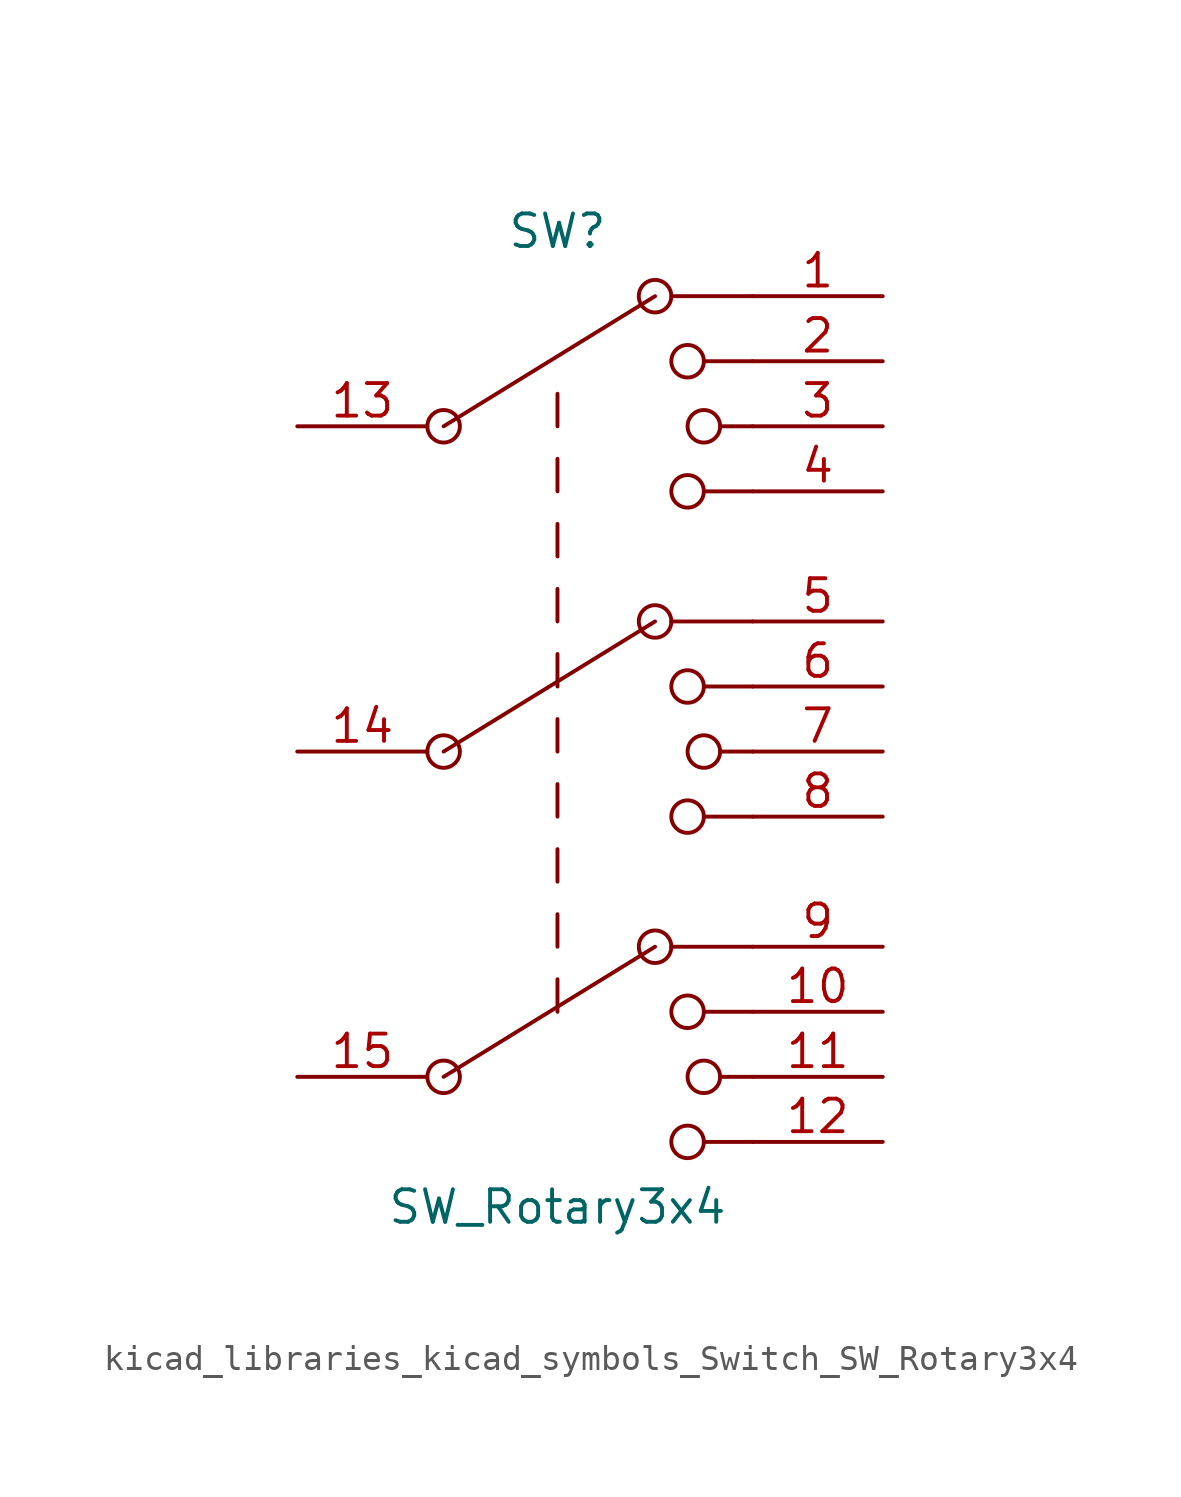
<source format=kicad_sym>
(kicad_symbol_lib
  (version 20220914)
  (generator kicad_symbol_editor)
  (symbol "kicad_libraries_kicad_symbols_Switch_SW_Rotary3x4"
    (pin_names
      (offset 1.016) hide)
    (property "Reference" "SW"
      (at 0 20.32 0)
      (effects (font (size 1.27 1.27))))
    (property "Value" "SW_Rotary3x4"
      (at 0 -17.78 0)
      (effects (font (size 1.27 1.27))))
    (symbol "kicad_libraries_kicad_symbols_Switch_SW_Rotary3x4_0_0"
      (circle (center -4.445 -12.7) (radius 0.635) (stroke (width 0) (type default)) (fill (type none)))
      (circle (center -4.445 0) (radius 0.635) (stroke (width 0) (type default)) (fill (type none)))
      (circle (center -4.445 12.7) (radius 0.635) (stroke (width 0) (type default)) (fill (type none)))
      (polyline (pts (xy -4.445 -12.7) (xy 3.81 -7.62)) (stroke (width 0) (type default)) (fill (type none)))
      (polyline (pts (xy -4.445 0) (xy 3.81 5.08)) (stroke (width 0) (type default)) (fill (type none)))
      (polyline (pts (xy -4.445 12.7) (xy 3.81 17.78)) (stroke (width 0) (type default)) (fill (type none)))
      (polyline (pts (xy 0 -10.16) (xy 0 -8.89)) (stroke (width 0) (type default)) (fill (type none)))
      (polyline (pts (xy 0 -7.62) (xy 0 -6.35)) (stroke (width 0) (type default)) (fill (type none)))
      (polyline (pts (xy 0 -5.08) (xy 0 -3.81)) (stroke (width 0) (type default)) (fill (type none)))
      (polyline (pts (xy 0 -2.54) (xy 0 -1.27)) (stroke (width 0) (type default)) (fill (type none)))
      (polyline (pts (xy 0 0) (xy 0 1.27)) (stroke (width 0) (type default)) (fill (type none)))
      (polyline (pts (xy 0 2.54) (xy 0 3.81)) (stroke (width 0) (type default)) (fill (type none)))
      (polyline (pts (xy 0 5.08) (xy 0 6.35)) (stroke (width 0) (type default)) (fill (type none)))
      (polyline (pts (xy 0 7.62) (xy 0 8.89)) (stroke (width 0) (type default)) (fill (type none)))
      (polyline (pts (xy 0 10.16) (xy 0 11.43)) (stroke (width 0) (type default)) (fill (type none)))
      (polyline (pts (xy 0 12.7) (xy 0 13.97)) (stroke (width 0) (type default)) (fill (type none)))
      (polyline (pts (xy 4.445 -7.62) (xy 7.62 -7.62)) (stroke (width 0) (type default)) (fill (type none)))
      (polyline (pts (xy 4.445 5.08) (xy 7.62 5.08)) (stroke (width 0) (type default)) (fill (type none)))
      (polyline (pts (xy 4.445 17.78) (xy 7.62 17.78)) (stroke (width 0) (type default)) (fill (type none)))
      (polyline (pts (xy 5.715 -15.24) (xy 7.62 -15.24)) (stroke (width 0) (type default)) (fill (type none)))
      (polyline (pts (xy 5.715 -10.16) (xy 7.62 -10.16)) (stroke (width 0) (type default)) (fill (type none)))
      (polyline (pts (xy 5.715 -2.54) (xy 7.62 -2.54)) (stroke (width 0) (type default)) (fill (type none)))
      (polyline (pts (xy 5.715 2.54) (xy 7.62 2.54)) (stroke (width 0) (type default)) (fill (type none)))
      (polyline (pts (xy 5.715 10.16) (xy 7.62 10.16)) (stroke (width 0) (type default)) (fill (type none)))
      (polyline (pts (xy 5.715 15.24) (xy 7.62 15.24)) (stroke (width 0) (type default)) (fill (type none)))
      (polyline (pts (xy 6.35 -12.7) (xy 7.62 -12.7)) (stroke (width 0) (type default)) (fill (type none)))
      (polyline (pts (xy 6.35 0) (xy 7.62 0)) (stroke (width 0) (type default)) (fill (type none)))
      (polyline (pts (xy 6.35 12.7) (xy 7.62 12.7)) (stroke (width 0) (type default)) (fill (type none)))
      (circle (center 3.81 -7.62) (radius 0.635) (stroke (width 0) (type default)) (fill (type none)))
      (circle (center 3.81 5.08) (radius 0.635) (stroke (width 0) (type default)) (fill (type none)))
      (circle (center 3.81 17.78) (radius 0.635) (stroke (width 0) (type default)) (fill (type none)))
      (circle (center 5.08 -15.24) (radius 0.635) (stroke (width 0) (type default)) (fill (type none)))
      (circle (center 5.08 -10.16) (radius 0.635) (stroke (width 0) (type default)) (fill (type none)))
      (circle (center 5.08 -2.54) (radius 0.635) (stroke (width 0) (type default)) (fill (type none)))
      (circle (center 5.08 2.54) (radius 0.635) (stroke (width 0) (type default)) (fill (type none)))
      (circle (center 5.08 10.16) (radius 0.635) (stroke (width 0) (type default)) (fill (type none)))
      (circle (center 5.08 15.24) (radius 0.635) (stroke (width 0) (type default)) (fill (type none)))
      (circle (center 5.715 -12.7) (radius 0.635) (stroke (width 0) (type default)) (fill (type none)))
      (circle (center 5.715 0) (radius 0.635) (stroke (width 0) (type default)) (fill (type none)))
      (circle (center 5.715 12.7) (radius 0.635) (stroke (width 0) (type default)) (fill (type none))))
    (symbol "kicad_libraries_kicad_symbols_Switch_SW_Rotary3x4_0_1"
      (pin passive line (at 12.7 17.78 180) (length 5.08) (name "1" (effects (font (size 1.27 1.27)))) (number "1" (effects (font (size 1.27 1.27)))))
      (pin passive line (at 12.7 -10.16 180) (length 5.08) (name "10" (effects (font (size 1.27 1.27)))) (number "10" (effects (font (size 1.27 1.27)))))
      (pin passive line (at 12.7 -12.7 180) (length 5.08) (name "11" (effects (font (size 1.27 1.27)))) (number "11" (effects (font (size 1.27 1.27)))))
      (pin passive line (at 12.7 -15.24 180) (length 5.08) (name "12" (effects (font (size 1.27 1.27)))) (number "12" (effects (font (size 1.27 1.27)))))
      (pin passive line (at -10.16 12.7 0) (length 5.08) (name "13" (effects (font (size 1.27 1.27)))) (number "13" (effects (font (size 1.27 1.27)))))
      (pin passive line (at -10.16 0 0) (length 5.08) (name "14" (effects (font (size 1.27 1.27)))) (number "14" (effects (font (size 1.27 1.27)))))
      (pin passive line (at -10.16 -12.7 0) (length 5.08) (name "15" (effects (font (size 1.27 1.27)))) (number "15" (effects (font (size 1.27 1.27)))))
      (pin passive line (at 12.7 15.24 180) (length 5.08) (name "2" (effects (font (size 1.27 1.27)))) (number "2" (effects (font (size 1.27 1.27)))))
      (pin passive line (at 12.7 12.7 180) (length 5.08) (name "3" (effects (font (size 1.27 1.27)))) (number "3" (effects (font (size 1.27 1.27)))))
      (pin passive line (at 12.7 10.16 180) (length 5.08) (name "4" (effects (font (size 1.27 1.27)))) (number "4" (effects (font (size 1.27 1.27)))))
      (pin passive line (at 12.7 5.08 180) (length 5.08) (name "5" (effects (font (size 1.27 1.27)))) (number "5" (effects (font (size 1.27 1.27)))))
      (pin passive line (at 12.7 2.54 180) (length 5.08) (name "6" (effects (font (size 1.27 1.27)))) (number "6" (effects (font (size 1.27 1.27)))))
      (pin passive line (at 12.7 0 180) (length 5.08) (name "7" (effects (font (size 1.27 1.27)))) (number "7" (effects (font (size 1.27 1.27)))))
      (pin passive line (at 12.7 -2.54 180) (length 5.08) (name "8" (effects (font (size 1.27 1.27)))) (number "8" (effects (font (size 1.27 1.27)))))
      (pin passive line (at 12.7 -7.62 180) (length 5.08) (name "9" (effects (font (size 1.27 1.27)))) (number "9" (effects (font (size 1.27 1.27))))))))
</source>
